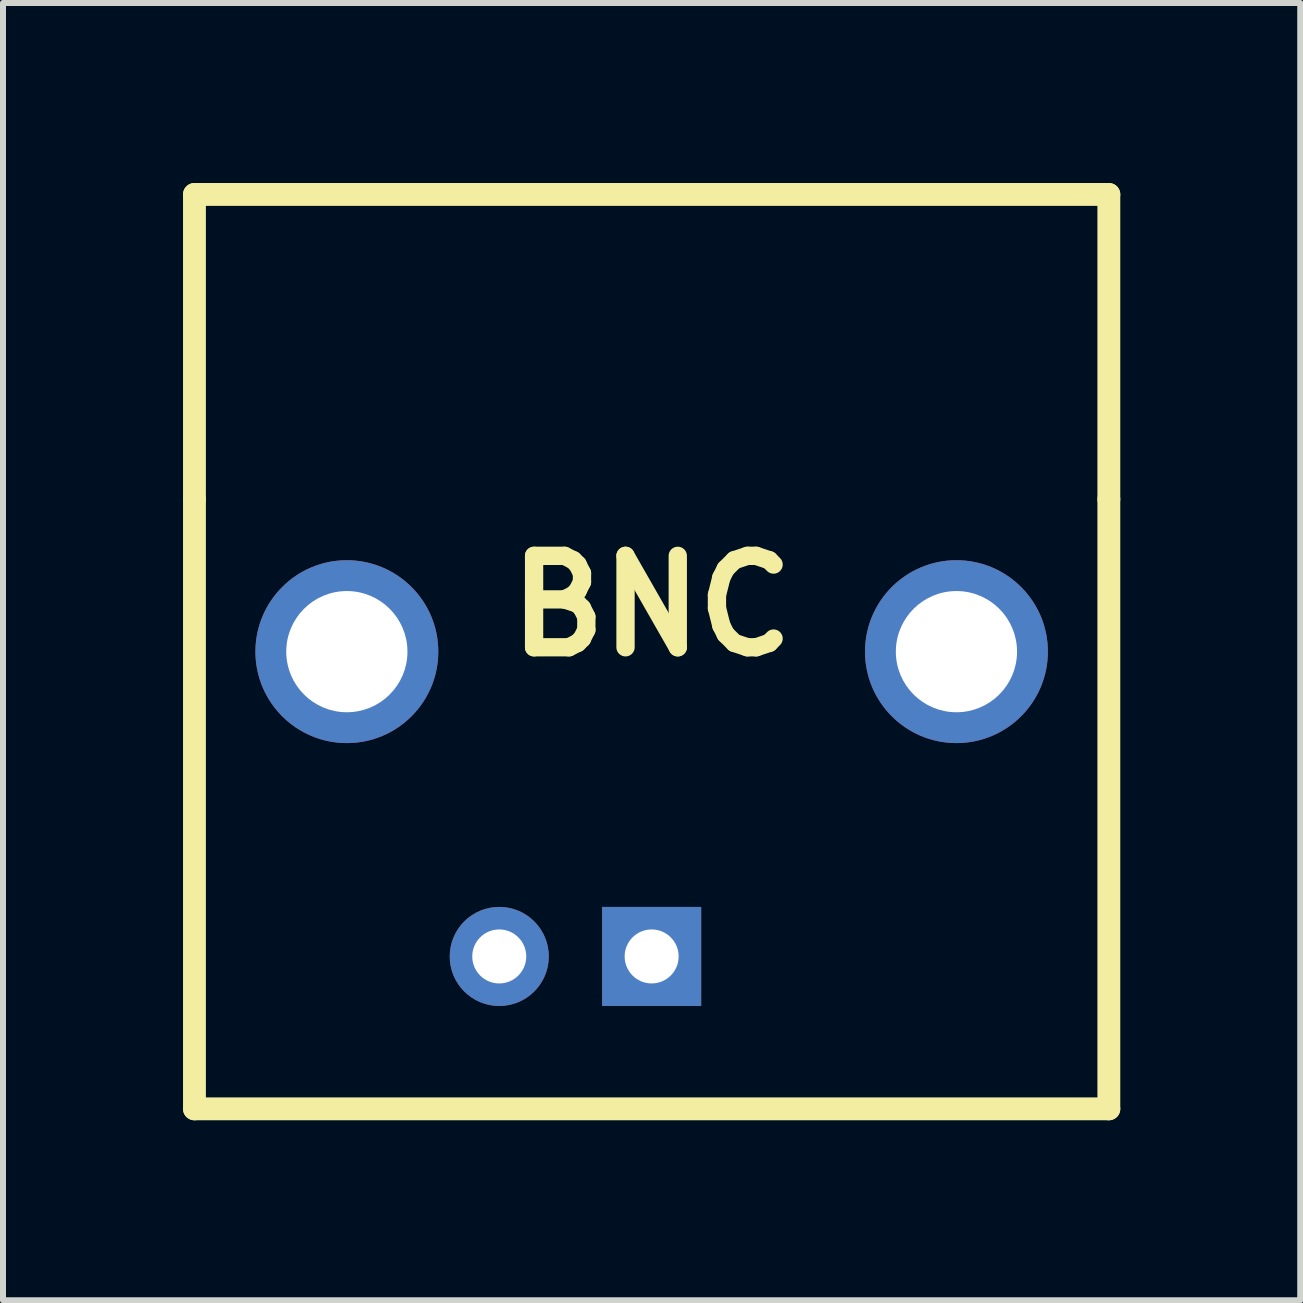
<source format=kicad_pcb>
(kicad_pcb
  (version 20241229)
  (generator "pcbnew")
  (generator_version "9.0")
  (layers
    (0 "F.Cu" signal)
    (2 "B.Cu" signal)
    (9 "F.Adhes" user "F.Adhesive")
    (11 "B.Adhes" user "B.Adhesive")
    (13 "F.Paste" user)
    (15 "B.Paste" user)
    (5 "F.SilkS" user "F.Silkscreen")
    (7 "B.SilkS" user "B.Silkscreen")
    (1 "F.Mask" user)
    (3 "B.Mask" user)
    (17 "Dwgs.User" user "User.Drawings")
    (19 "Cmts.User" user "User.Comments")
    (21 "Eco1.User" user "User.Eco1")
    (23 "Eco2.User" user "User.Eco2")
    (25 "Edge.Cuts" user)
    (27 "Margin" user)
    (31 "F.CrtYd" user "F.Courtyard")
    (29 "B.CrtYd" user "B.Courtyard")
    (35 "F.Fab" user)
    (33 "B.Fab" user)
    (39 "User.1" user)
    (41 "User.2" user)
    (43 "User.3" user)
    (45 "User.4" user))
  (footprint "BNC"
    (layer "F.Cu")
    (at 7.811 7.811)
    (property "Reference" "BNC" (at 0 -0.762 0) (layer "F.SilkS") (effects (font (size 1.524 1.524) (thickness 0.305))))
    (attr through_hole)
    (fp_line (start -7.62 -7.62) (end 7.62 -7.62) (stroke (width 0.381) (type solid)) (layer "F.SilkS"))
    (fp_line (start -7.62 -2.54) (end -7.62 -7.62) (stroke (width 0.381) (type solid)) (layer "F.SilkS"))
    (fp_line (start -7.62 -2.54) (end -7.62 7.62) (stroke (width 0.381) (type solid)) (layer "F.SilkS"))
    (fp_line (start -7.62 7.62) (end 7.62 7.62) (stroke (width 0.381) (type solid)) (layer "F.SilkS"))
    (fp_line (start 7.62 -7.62) (end 7.62 -2.54) (stroke (width 0.381) (type solid)) (layer "F.SilkS"))
    (fp_line (start 7.62 -2.54) (end 7.62 7.62) (stroke (width 0.381) (type solid)) (layer "F.SilkS"))
    (pad "" thru_hole circle (at -5.08 0) (size 3.048 3.048) (drill 2.02) (layers "*.Cu" "*.Mask"))
    (pad "" thru_hole circle (at 5.08 0) (size 3.048 3.048) (drill 2.02) (layers "*.Cu" "*.Mask"))
    (pad "1" thru_hole rect (at 0 5.08) (size 1.651 1.651) (drill 0.9) (layers "*.Cu" "*.Mask"))
    (pad "2" thru_hole circle (at -2.54 5.08) (size 1.651 1.651) (drill 0.9) (layers "*.Cu" "*.Mask")))
  (gr_rect
    (start -3 -3)
    (end 18.621 18.621)
    (stroke (width 0.1) (type default))
    (fill no)
    (layer "Edge.Cuts")))
</source>
